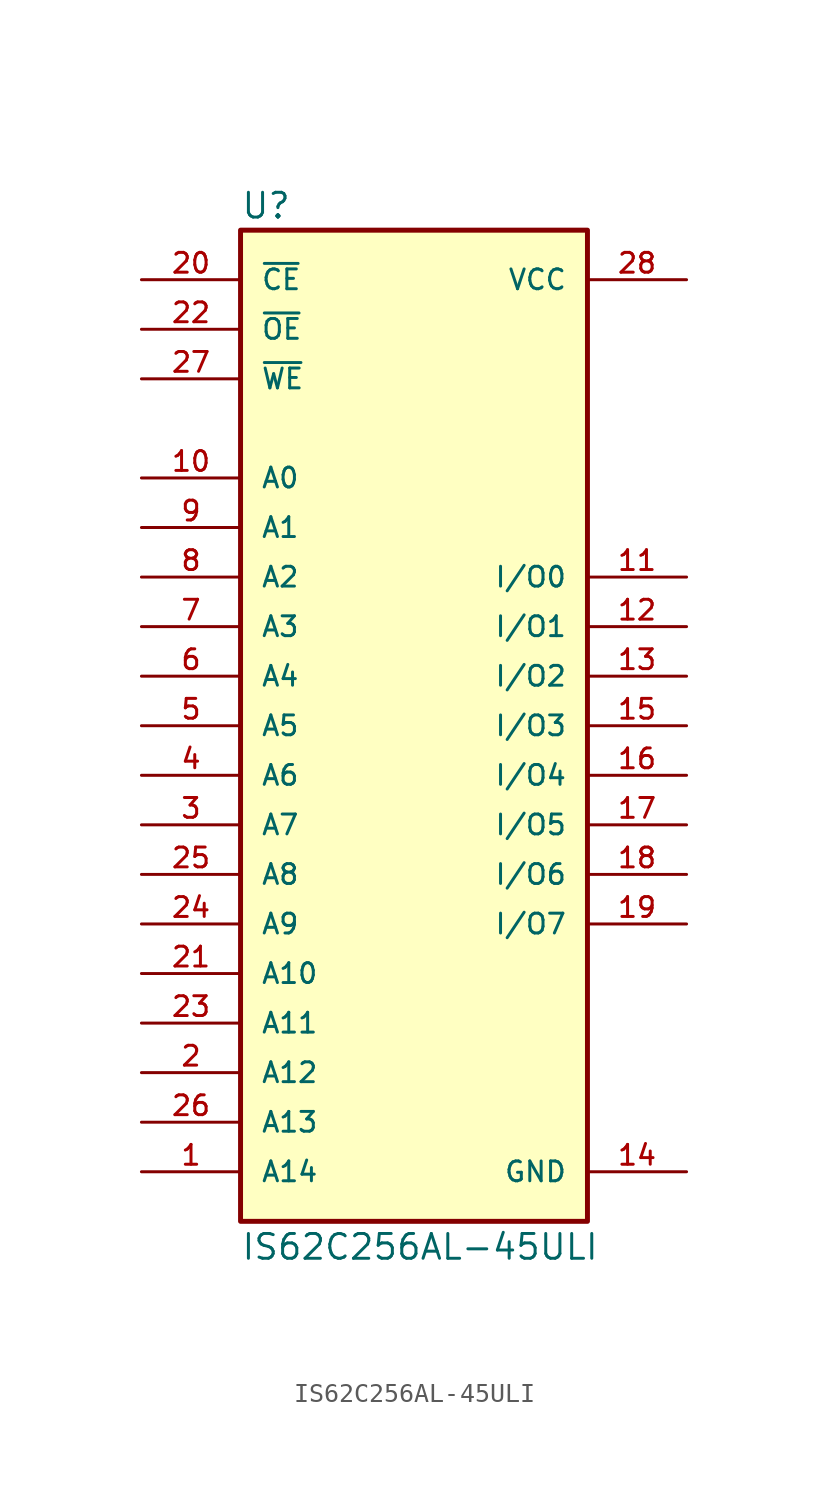
<source format=kicad_sym>
(kicad_symbol_lib
  (version 20211014)
  (generator kicad_symbol_editor)
  (symbol "IS62C256AL-45ULI"
    (pin_names
      (offset 1.016))
    (property "Reference" "U"
      (at -7.62 25.908 0)
      (effects (font (size 1.27 1.27)) (justify left bottom)))
    (property "Value" "IS62C256AL-45ULI"
      (at -7.62 -27.457 0)
      (effects (font (size 1.27 1.27)) (justify left bottom)))
    (property "ki_locked" ""
      (at 0 0 0)
      (effects (font (size 1.27 1.27))))
    (symbol "IS62C256AL-45ULI_0_0"
      (rectangle (start -7.62 -25.4) (end 10.16 25.4) (stroke (width 0.254) (type default) (color 0 0 0 0)) (fill (type background)))
      (pin input line (at -12.7 -22.86 0) (length 5.08) (name "A14" (effects (font (size 1.016 1.016)))) (number "1" (effects (font (size 1.016 1.016)))))
      (pin input line (at -12.7 12.7 0) (length 5.08) (name "A0" (effects (font (size 1.016 1.016)))) (number "10" (effects (font (size 1.016 1.016)))))
      (pin bidirectional line (at 15.24 7.62 180) (length 5.08) (name "I/O0" (effects (font (size 1.016 1.016)))) (number "11" (effects (font (size 1.016 1.016)))))
      (pin bidirectional line (at 15.24 5.08 180) (length 5.08) (name "I/O1" (effects (font (size 1.016 1.016)))) (number "12" (effects (font (size 1.016 1.016)))))
      (pin bidirectional line (at 15.24 2.54 180) (length 5.08) (name "I/O2" (effects (font (size 1.016 1.016)))) (number "13" (effects (font (size 1.016 1.016)))))
      (pin power_in line (at 15.24 -22.86 180) (length 5.08) (name "GND" (effects (font (size 1.016 1.016)))) (number "14" (effects (font (size 1.016 1.016)))))
      (pin bidirectional line (at 15.24 0 180) (length 5.08) (name "I/O3" (effects (font (size 1.016 1.016)))) (number "15" (effects (font (size 1.016 1.016)))))
      (pin bidirectional line (at 15.24 -2.54 180) (length 5.08) (name "I/O4" (effects (font (size 1.016 1.016)))) (number "16" (effects (font (size 1.016 1.016)))))
      (pin bidirectional line (at 15.24 -5.08 180) (length 5.08) (name "I/O5" (effects (font (size 1.016 1.016)))) (number "17" (effects (font (size 1.016 1.016)))))
      (pin bidirectional line (at 15.24 -7.62 180) (length 5.08) (name "I/O6" (effects (font (size 1.016 1.016)))) (number "18" (effects (font (size 1.016 1.016)))))
      (pin bidirectional line (at 15.24 -10.16 180) (length 5.08) (name "I/O7" (effects (font (size 1.016 1.016)))) (number "19" (effects (font (size 1.016 1.016)))))
      (pin input line (at -12.7 -17.78 0) (length 5.08) (name "A12" (effects (font (size 1.016 1.016)))) (number "2" (effects (font (size 1.016 1.016)))))
      (pin input line (at -12.7 22.86 0) (length 5.08) (name "~{CE}" (effects (font (size 1.016 1.016)))) (number "20" (effects (font (size 1.016 1.016)))))
      (pin input line (at -12.7 -12.7 0) (length 5.08) (name "A10" (effects (font (size 1.016 1.016)))) (number "21" (effects (font (size 1.016 1.016)))))
      (pin input line (at -12.7 20.32 0) (length 5.08) (name "~{OE}" (effects (font (size 1.016 1.016)))) (number "22" (effects (font (size 1.016 1.016)))))
      (pin input line (at -12.7 -15.24 0) (length 5.08) (name "A11" (effects (font (size 1.016 1.016)))) (number "23" (effects (font (size 1.016 1.016)))))
      (pin input line (at -12.7 -10.16 0) (length 5.08) (name "A9" (effects (font (size 1.016 1.016)))) (number "24" (effects (font (size 1.016 1.016)))))
      (pin input line (at -12.7 -7.62 0) (length 5.08) (name "A8" (effects (font (size 1.016 1.016)))) (number "25" (effects (font (size 1.016 1.016)))))
      (pin input line (at -12.7 -20.32 0) (length 5.08) (name "A13" (effects (font (size 1.016 1.016)))) (number "26" (effects (font (size 1.016 1.016)))))
      (pin input line (at -12.7 17.78 0) (length 5.08) (name "~{WE}" (effects (font (size 1.016 1.016)))) (number "27" (effects (font (size 1.016 1.016)))))
      (pin power_in line (at 15.24 22.86 180) (length 5.08) (name "VCC" (effects (font (size 1.016 1.016)))) (number "28" (effects (font (size 1.016 1.016)))))
      (pin input line (at -12.7 -5.08 0) (length 5.08) (name "A7" (effects (font (size 1.016 1.016)))) (number "3" (effects (font (size 1.016 1.016)))))
      (pin input line (at -12.7 -2.54 0) (length 5.08) (name "A6" (effects (font (size 1.016 1.016)))) (number "4" (effects (font (size 1.016 1.016)))))
      (pin input line (at -12.7 0 0) (length 5.08) (name "A5" (effects (font (size 1.016 1.016)))) (number "5" (effects (font (size 1.016 1.016)))))
      (pin input line (at -12.7 2.54 0) (length 5.08) (name "A4" (effects (font (size 1.016 1.016)))) (number "6" (effects (font (size 1.016 1.016)))))
      (pin input line (at -12.7 5.08 0) (length 5.08) (name "A3" (effects (font (size 1.016 1.016)))) (number "7" (effects (font (size 1.016 1.016)))))
      (pin input line (at -12.7 7.62 0) (length 5.08) (name "A2" (effects (font (size 1.016 1.016)))) (number "8" (effects (font (size 1.016 1.016)))))
      (pin input line (at -12.7 10.16 0) (length 5.08) (name "A1" (effects (font (size 1.016 1.016)))) (number "9" (effects (font (size 1.016 1.016))))))))
</source>
